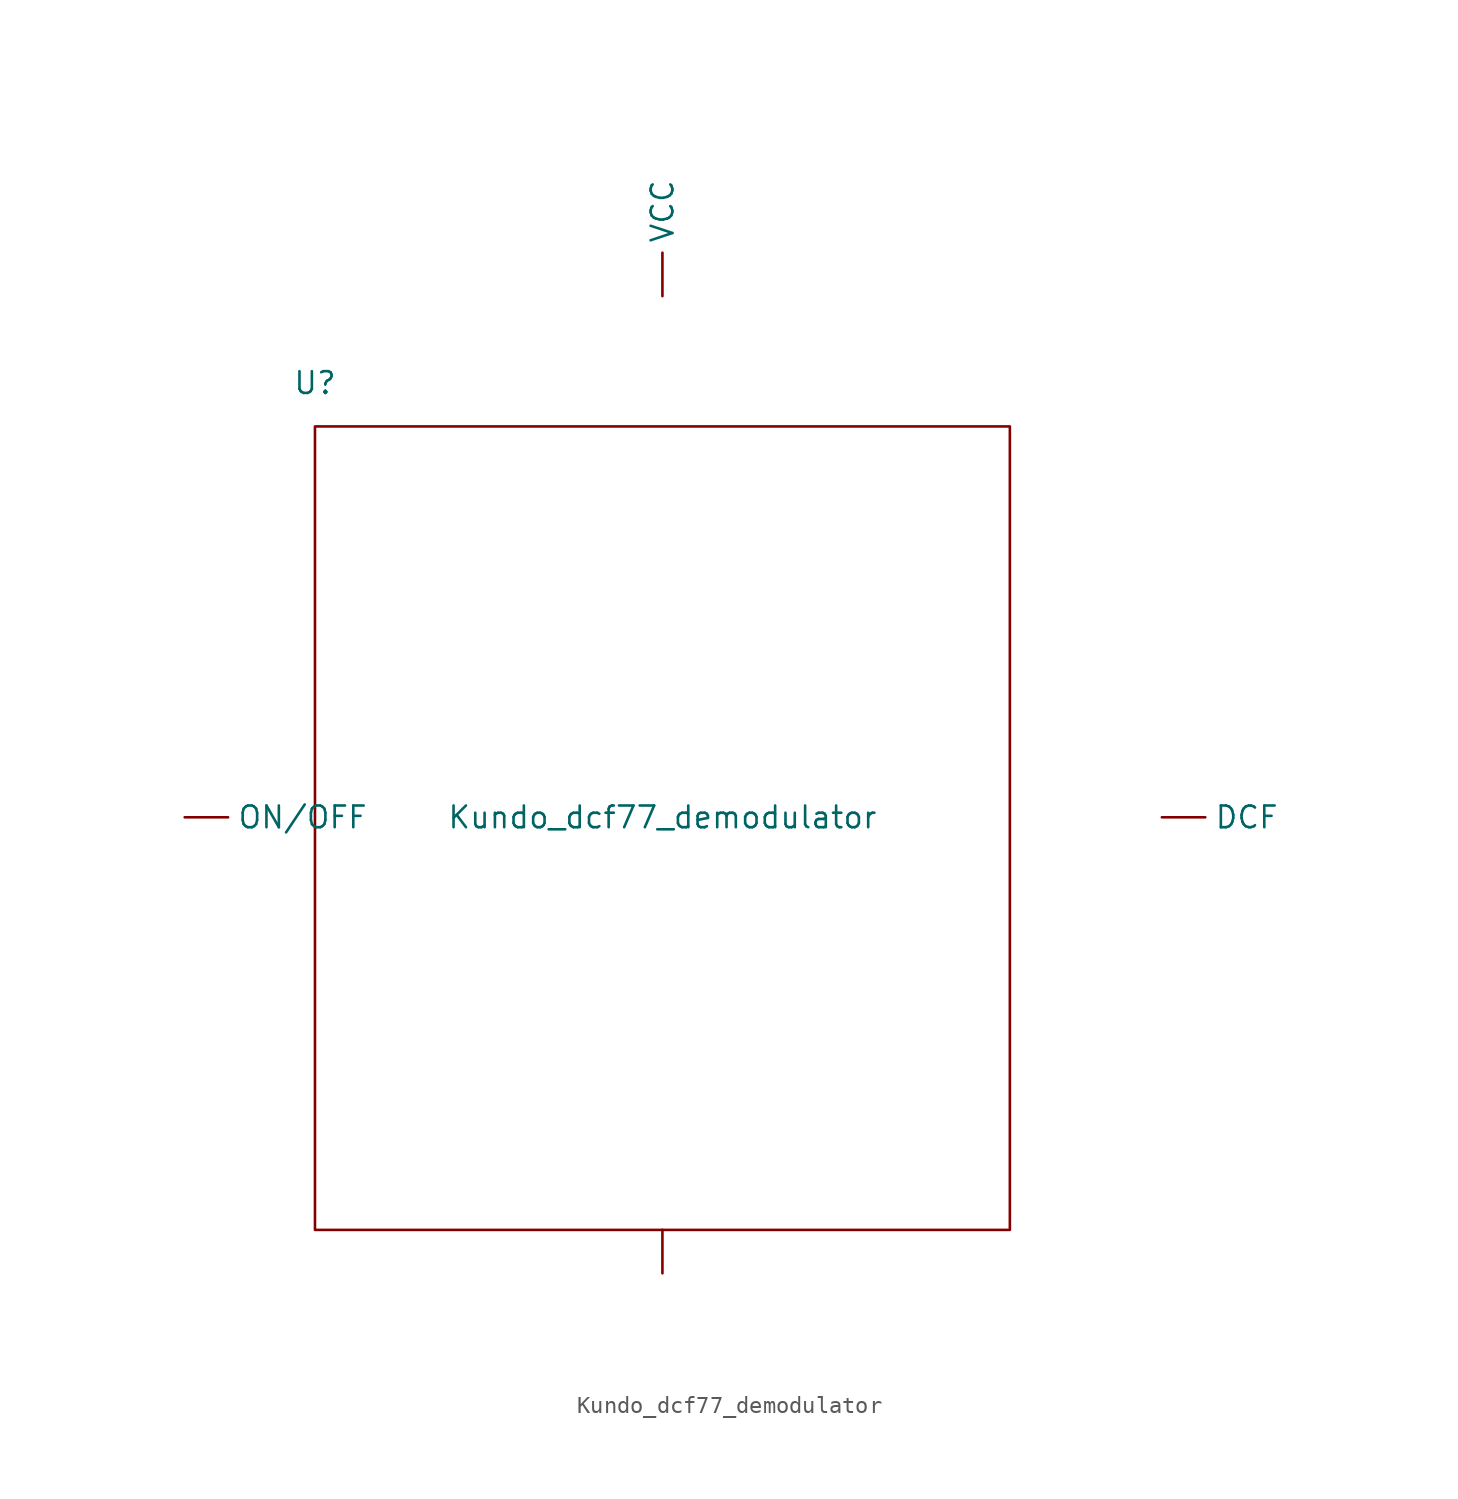
<source format=kicad_sym>
(kicad_symbol_lib
  (version 20211014)
  (generator kicad_symbol_editor)
  (symbol "Kundo_dcf77_demodulator"
    (property "Reference" "U"
      (at -20.32 25.4 0)
      (effects (font (size 1.27 1.27))))
    (property "Value" "Kundo_dcf77_demodulator"
      (at 0 0 0)
      (effects (font (size 1.27 1.27))))
    (symbol "Kundo_dcf77_demodulator_0_1"
      (rectangle (start -20.32 22.86) (end 20.32 -24.13) (stroke (width 0) (type default) (color 0 0 0 0)) (fill (type none))))
    (symbol "Kundo_dcf77_demodulator_1_1"
      (pin power_in line (at 0 -26.67 90) (length 2.54) (name "" (effects (font (size 1.27 1.27)))) (number "" (effects (font (size 1.27 1.27)))))
      (pin output line (at 29.21 0 0) (length 2.54) (name "DCF" (effects (font (size 1.27 1.27)))) (number "" (effects (font (size 1.27 1.27)))))
      (pin input line (at -27.94 0 0) (length 2.54) (name "ON/OFF" (effects (font (size 1.27 1.27)))) (number "" (effects (font (size 1.27 1.27)))))
      (pin input line (at 0 30.48 90) (length 2.54) (name "VCC" (effects (font (size 1.27 1.27)))) (number "" (effects (font (size 1.27 1.27))))))))
</source>
